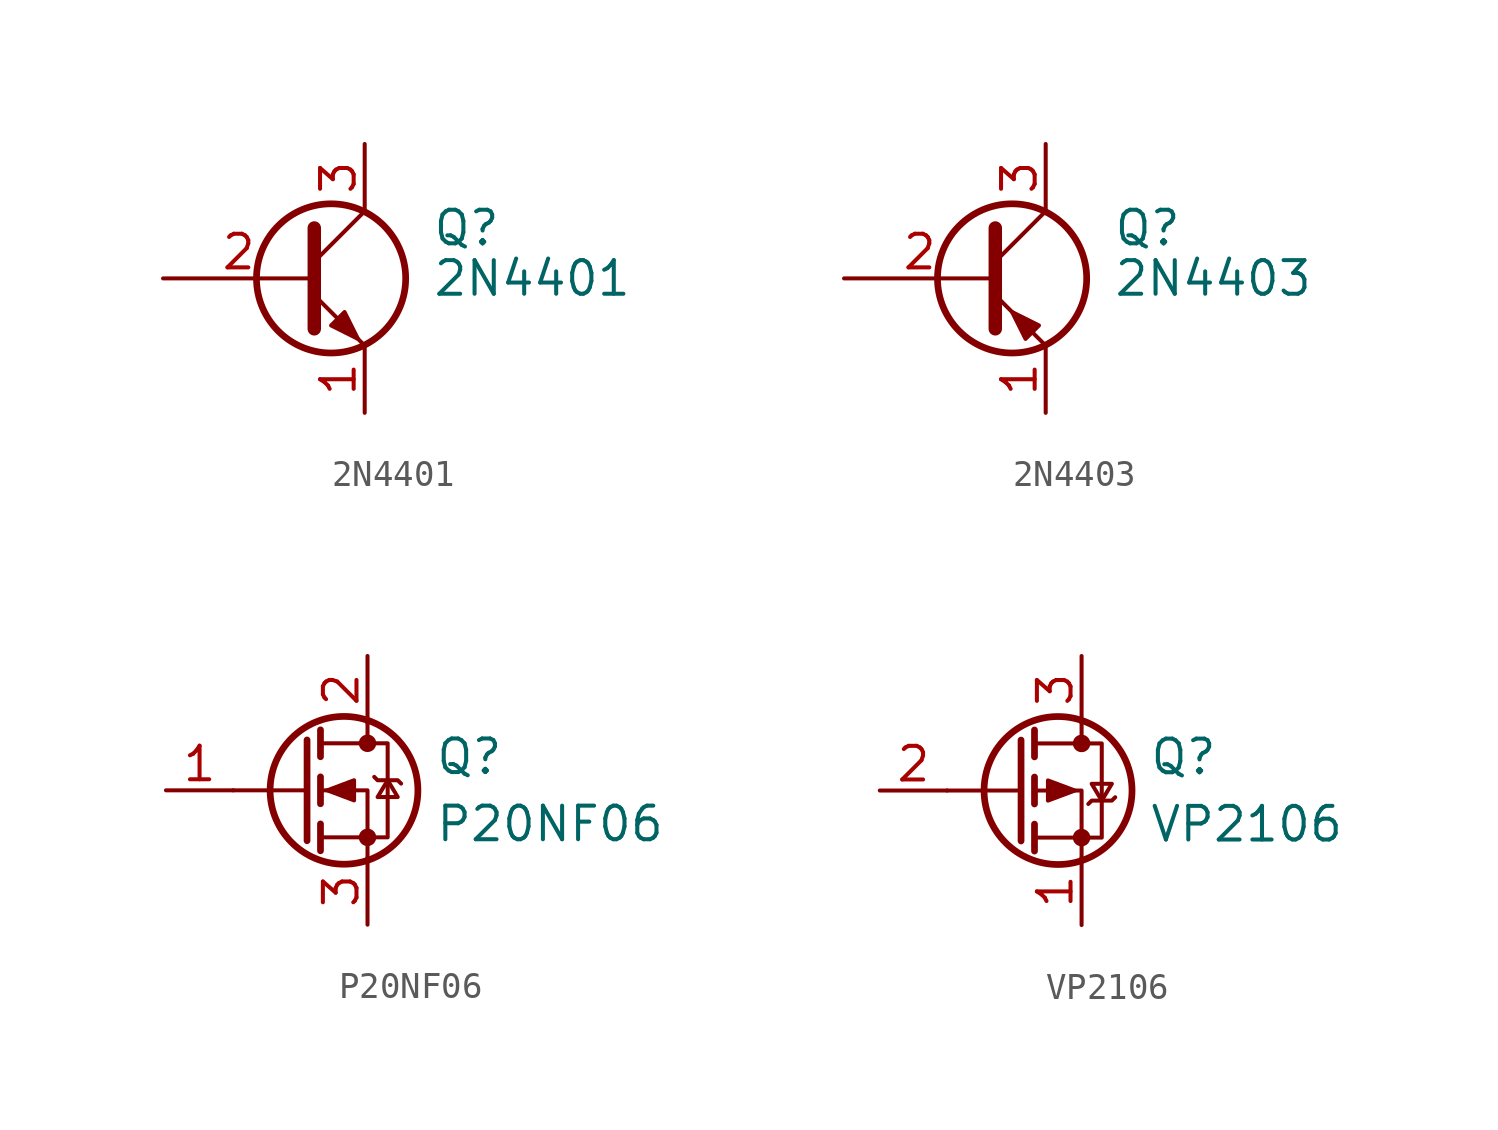
<source format=kicad_sym>
(kicad_symbol_lib
  (version 20211014)
  (generator kicad_symbol_editor)
  (symbol "2N4401"
    (pin_names
      (offset 0) hide)
    (property "Reference" "Q"
      (at 5.08 1.905 0)
      (effects (font (size 1.27 1.27)) (justify left)))
    (property "Value" "2N4401"
      (at 5.08 0 0)
      (effects (font (size 1.27 1.27)) (justify left)))
    (symbol "2N4401_0_1"
      (polyline (pts (xy 0.635 0.635) (xy 2.54 2.54)) (stroke (width 0) (type default) (color 0 0 0 0)) (fill (type none)))
      (polyline (pts (xy 0.635 -0.635) (xy 2.54 -2.54) (xy 2.54 -2.54)) (stroke (width 0) (type default) (color 0 0 0 0)) (fill (type none)))
      (polyline (pts (xy 0.635 1.905) (xy 0.635 -1.905) (xy 0.635 -1.905)) (stroke (width 0.508) (type default) (color 0 0 0 0)) (fill (type none)))
      (polyline (pts (xy 1.27 -1.778) (xy 1.778 -1.27) (xy 2.286 -2.286) (xy 1.27 -1.778) (xy 1.27 -1.778)) (stroke (width 0) (type default) (color 0 0 0 0)) (fill (type outline)))
      (circle (center 1.27 0) (radius 2.819) (stroke (width 0.254) (type default) (color 0 0 0 0)) (fill (type none))))
    (symbol "2N4401_1_1"
      (pin passive line (at 2.54 -5.08 90) (length 2.54) (name "E" (effects (font (size 1.27 1.27)))) (number "1" (effects (font (size 1.27 1.27)))))
      (pin passive line (at -5.08 0 0) (length 5.715) (name "B" (effects (font (size 1.27 1.27)))) (number "2" (effects (font (size 1.27 1.27)))))
      (pin passive line (at 2.54 5.08 270) (length 2.54) (name "C" (effects (font (size 1.27 1.27)))) (number "3" (effects (font (size 1.27 1.27)))))))
  (symbol "2N4403"
    (pin_names
      (offset 0) hide)
    (property "Reference" "Q"
      (at 5.08 1.905 0)
      (effects (font (size 1.27 1.27)) (justify left)))
    (property "Value" "2N4403"
      (at 5.08 0 0)
      (effects (font (size 1.27 1.27)) (justify left)))
    (symbol "2N4403_0_1"
      (polyline (pts (xy 0.635 0.635) (xy 2.54 2.54)) (stroke (width 0) (type default) (color 0 0 0 0)) (fill (type none)))
      (polyline (pts (xy 0.635 -0.635) (xy 2.54 -2.54) (xy 2.54 -2.54)) (stroke (width 0) (type default) (color 0 0 0 0)) (fill (type none)))
      (polyline (pts (xy 0.635 1.905) (xy 0.635 -1.905) (xy 0.635 -1.905)) (stroke (width 0.508) (type default) (color 0 0 0 0)) (fill (type none)))
      (polyline (pts (xy 2.286 -1.778) (xy 1.778 -2.286) (xy 1.27 -1.27) (xy 2.286 -1.778) (xy 2.286 -1.778)) (stroke (width 0) (type default) (color 0 0 0 0)) (fill (type outline)))
      (circle (center 1.27 0) (radius 2.819) (stroke (width 0.254) (type default) (color 0 0 0 0)) (fill (type none))))
    (symbol "2N4403_1_1"
      (pin passive line (at 2.54 -5.08 90) (length 2.54) (name "E" (effects (font (size 1.27 1.27)))) (number "1" (effects (font (size 1.27 1.27)))))
      (pin input line (at -5.08 0 0) (length 5.715) (name "B" (effects (font (size 1.27 1.27)))) (number "2" (effects (font (size 1.27 1.27)))))
      (pin passive line (at 2.54 5.08 270) (length 2.54) (name "C" (effects (font (size 1.27 1.27)))) (number "3" (effects (font (size 1.27 1.27)))))))
  (symbol "P20NF06"
    (pin_names
      (offset 0) hide)
    (property "Reference" "Q"
      (at 5.08 1.27 0)
      (effects (font (size 1.27 1.27)) (justify left)))
    (property "Value" "P20NF06"
      (at 5.08 -1.27 0)
      (effects (font (size 1.27 1.27)) (justify left)))
    (symbol "P20NF06_0_1"
      (polyline (pts (xy 0.254 0) (xy -2.54 0)) (stroke (width 0) (type default) (color 0 0 0 0)) (fill (type none)))
      (polyline (pts (xy 0.254 1.905) (xy 0.254 -1.905)) (stroke (width 0.254) (type default) (color 0 0 0 0)) (fill (type none)))
      (polyline (pts (xy 0.762 -1.27) (xy 0.762 -2.286)) (stroke (width 0.254) (type default) (color 0 0 0 0)) (fill (type none)))
      (polyline (pts (xy 0.762 0.508) (xy 0.762 -0.508)) (stroke (width 0.254) (type default) (color 0 0 0 0)) (fill (type none)))
      (polyline (pts (xy 0.762 2.286) (xy 0.762 1.27)) (stroke (width 0.254) (type default) (color 0 0 0 0)) (fill (type none)))
      (polyline (pts (xy 2.54 2.54) (xy 2.54 1.778)) (stroke (width 0) (type default) (color 0 0 0 0)) (fill (type none)))
      (polyline (pts (xy 2.54 -2.54) (xy 2.54 0) (xy 0.762 0)) (stroke (width 0) (type default) (color 0 0 0 0)) (fill (type none)))
      (polyline (pts (xy 0.762 -1.778) (xy 3.302 -1.778) (xy 3.302 1.778) (xy 0.762 1.778)) (stroke (width 0) (type default) (color 0 0 0 0)) (fill (type none)))
      (polyline (pts (xy 1.016 0) (xy 2.032 0.381) (xy 2.032 -0.381) (xy 1.016 0)) (stroke (width 0) (type default) (color 0 0 0 0)) (fill (type outline)))
      (polyline (pts (xy 2.794 0.508) (xy 2.921 0.381) (xy 3.683 0.381) (xy 3.81 0.254)) (stroke (width 0) (type default) (color 0 0 0 0)) (fill (type none)))
      (polyline (pts (xy 3.302 0.381) (xy 2.921 -0.254) (xy 3.683 -0.254) (xy 3.302 0.381)) (stroke (width 0) (type default) (color 0 0 0 0)) (fill (type none)))
      (circle (center 1.651 0) (radius 2.794) (stroke (width 0.254) (type default) (color 0 0 0 0)) (fill (type none)))
      (circle (center 2.54 -1.778) (radius 0.254) (stroke (width 0) (type default) (color 0 0 0 0)) (fill (type outline)))
      (circle (center 2.54 1.778) (radius 0.254) (stroke (width 0) (type default) (color 0 0 0 0)) (fill (type outline))))
    (symbol "P20NF06_1_1"
      (pin input line (at -5.08 0 0) (length 2.54) (name "G" (effects (font (size 1.27 1.27)))) (number "1" (effects (font (size 1.27 1.27)))))
      (pin passive line (at 2.54 5.08 270) (length 2.54) (name "D" (effects (font (size 1.27 1.27)))) (number "2" (effects (font (size 1.27 1.27)))))
      (pin passive line (at 2.54 -5.08 90) (length 2.54) (name "S" (effects (font (size 1.27 1.27)))) (number "3" (effects (font (size 1.27 1.27)))))))
  (symbol "VP2106"
    (pin_names
      (offset 0) hide)
    (property "Reference" "Q"
      (at 5.08 1.27 0)
      (effects (font (size 1.27 1.27)) (justify left)))
    (property "Value" "VP2106"
      (at 5.08 -1.27 0)
      (effects (font (size 1.27 1.27)) (justify left)))
    (symbol "VP2106_0_1"
      (polyline (pts (xy 0.254 0) (xy -2.54 0)) (stroke (width 0) (type default) (color 0 0 0 0)) (fill (type none)))
      (polyline (pts (xy 0.254 1.905) (xy 0.254 -1.905)) (stroke (width 0.254) (type default) (color 0 0 0 0)) (fill (type none)))
      (polyline (pts (xy 0.762 -1.27) (xy 0.762 -2.286)) (stroke (width 0.254) (type default) (color 0 0 0 0)) (fill (type none)))
      (polyline (pts (xy 0.762 0.508) (xy 0.762 -0.508)) (stroke (width 0.254) (type default) (color 0 0 0 0)) (fill (type none)))
      (polyline (pts (xy 0.762 2.286) (xy 0.762 1.27)) (stroke (width 0.254) (type default) (color 0 0 0 0)) (fill (type none)))
      (polyline (pts (xy 2.54 2.54) (xy 2.54 1.778)) (stroke (width 0) (type default) (color 0 0 0 0)) (fill (type none)))
      (polyline (pts (xy 2.54 -2.54) (xy 2.54 0) (xy 0.762 0)) (stroke (width 0) (type default) (color 0 0 0 0)) (fill (type none)))
      (polyline (pts (xy 0.762 1.778) (xy 3.302 1.778) (xy 3.302 -1.778) (xy 0.762 -1.778)) (stroke (width 0) (type default) (color 0 0 0 0)) (fill (type none)))
      (polyline (pts (xy 2.286 0) (xy 1.27 0.381) (xy 1.27 -0.381) (xy 2.286 0)) (stroke (width 0) (type default) (color 0 0 0 0)) (fill (type outline)))
      (polyline (pts (xy 2.794 -0.508) (xy 2.921 -0.381) (xy 3.683 -0.381) (xy 3.81 -0.254)) (stroke (width 0) (type default) (color 0 0 0 0)) (fill (type none)))
      (polyline (pts (xy 3.302 -0.381) (xy 2.921 0.254) (xy 3.683 0.254) (xy 3.302 -0.381)) (stroke (width 0) (type default) (color 0 0 0 0)) (fill (type none)))
      (circle (center 1.651 0) (radius 2.794) (stroke (width 0.254) (type default) (color 0 0 0 0)) (fill (type none)))
      (circle (center 2.54 -1.778) (radius 0.254) (stroke (width 0) (type default) (color 0 0 0 0)) (fill (type outline)))
      (circle (center 2.54 1.778) (radius 0.254) (stroke (width 0) (type default) (color 0 0 0 0)) (fill (type outline))))
    (symbol "VP2106_1_1"
      (pin passive line (at 2.54 -5.08 90) (length 2.54) (name "S" (effects (font (size 1.27 1.27)))) (number "1" (effects (font (size 1.27 1.27)))))
      (pin input line (at -5.08 0 0) (length 2.54) (name "G" (effects (font (size 1.27 1.27)))) (number "2" (effects (font (size 1.27 1.27)))))
      (pin passive line (at 2.54 5.08 270) (length 2.54) (name "D" (effects (font (size 1.27 1.27)))) (number "3" (effects (font (size 1.27 1.27))))))))
</source>
